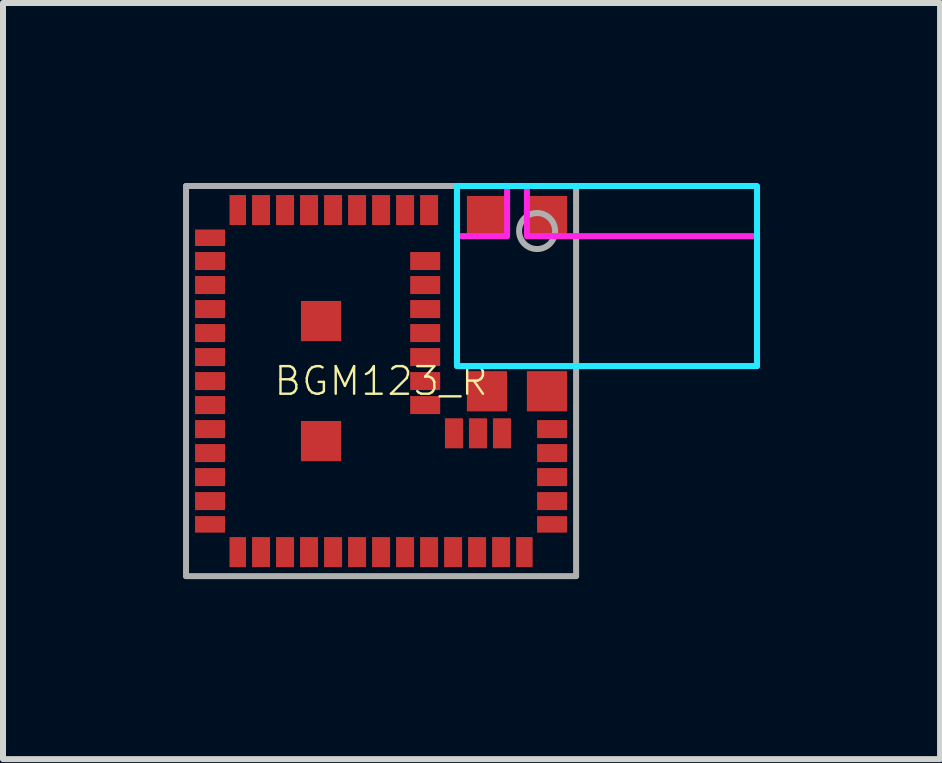
<source format=kicad_pcb>
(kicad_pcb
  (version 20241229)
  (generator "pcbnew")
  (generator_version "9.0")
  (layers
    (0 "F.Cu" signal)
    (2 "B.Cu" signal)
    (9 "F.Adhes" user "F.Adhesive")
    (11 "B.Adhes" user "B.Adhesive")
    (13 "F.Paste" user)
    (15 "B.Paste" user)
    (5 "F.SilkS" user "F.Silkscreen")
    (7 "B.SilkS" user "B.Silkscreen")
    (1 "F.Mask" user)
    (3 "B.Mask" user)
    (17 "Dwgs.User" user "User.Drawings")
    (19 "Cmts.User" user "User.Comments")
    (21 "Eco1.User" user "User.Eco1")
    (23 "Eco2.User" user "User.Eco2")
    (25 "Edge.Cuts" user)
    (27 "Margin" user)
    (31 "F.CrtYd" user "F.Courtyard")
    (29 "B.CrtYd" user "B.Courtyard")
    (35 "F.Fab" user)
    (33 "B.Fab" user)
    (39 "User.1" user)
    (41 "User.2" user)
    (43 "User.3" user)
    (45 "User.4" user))
  (footprint "BGM123_R"
    (layer "F.Cu")
    (at 3.3 3.3)
    (property "Reference" "BGM123_R" (at 0 0 0) (unlocked yes) (layer "F.SilkS") (effects (font (size 0.46 0.46) (thickness 0.04))))
    (fp_poly (pts (xy -3.125 -2.225) (xy -2.575 -2.225) (xy -2.575 -2.55) (xy -3.125 -2.55)) (stroke (width 0) (type default)) (fill yes) (layer "F.Mask"))
    (fp_poly (pts (xy -3.125 -1.825) (xy -2.575 -1.825) (xy -2.575 -2.175) (xy -3.125 -2.175)) (stroke (width 0) (type default)) (fill yes) (layer "F.Mask"))
    (fp_poly (pts (xy -3.125 -1.425) (xy -2.575 -1.425) (xy -2.575 -1.775) (xy -3.125 -1.775)) (stroke (width 0) (type default)) (fill yes) (layer "F.Mask"))
    (fp_poly (pts (xy -3.125 -1.025) (xy -2.575 -1.025) (xy -2.575 -1.375) (xy -3.125 -1.375)) (stroke (width 0) (type default)) (fill yes) (layer "F.Mask"))
    (fp_poly (pts (xy -3.125 -0.625) (xy -2.575 -0.625) (xy -2.575 -0.975) (xy -3.125 -0.975)) (stroke (width 0) (type default)) (fill yes) (layer "F.Mask"))
    (fp_poly (pts (xy -3.125 -0.225) (xy -2.575 -0.225) (xy -2.575 -0.575) (xy -3.125 -0.575)) (stroke (width 0) (type default)) (fill yes) (layer "F.Mask"))
    (fp_poly (pts (xy -3.125 0.175) (xy -2.575 0.175) (xy -2.575 -0.175) (xy -3.125 -0.175)) (stroke (width 0) (type default)) (fill yes) (layer "F.Mask"))
    (fp_poly (pts (xy -3.125 0.575) (xy -2.575 0.575) (xy -2.575 0.225) (xy -3.125 0.225)) (stroke (width 0) (type default)) (fill yes) (layer "F.Mask"))
    (fp_poly (pts (xy -3.125 0.975) (xy -2.575 0.975) (xy -2.575 0.625) (xy -3.125 0.625)) (stroke (width 0) (type default)) (fill yes) (layer "F.Mask"))
    (fp_poly (pts (xy -3.125 1.375) (xy -2.575 1.375) (xy -2.575 1.025) (xy -3.125 1.025)) (stroke (width 0) (type default)) (fill yes) (layer "F.Mask"))
    (fp_poly (pts (xy -3.125 1.775) (xy -2.575 1.775) (xy -2.575 1.425) (xy -3.125 1.425)) (stroke (width 0) (type default)) (fill yes) (layer "F.Mask"))
    (fp_poly (pts (xy -3.125 2.175) (xy -2.575 2.175) (xy -2.575 1.825) (xy -3.125 1.825)) (stroke (width 0) (type default)) (fill yes) (layer "F.Mask"))
    (fp_poly (pts (xy -3.125 2.55) (xy -2.575 2.55) (xy -2.575 2.225) (xy -3.125 2.225)) (stroke (width 0) (type default)) (fill yes) (layer "F.Mask"))
    (fp_poly (pts (xy -2.55 -2.575) (xy -2.225 -2.575) (xy -2.225 -3.125) (xy -2.55 -3.125)) (stroke (width 0) (type default)) (fill yes) (layer "F.Mask"))
    (fp_poly (pts (xy -2.55 3.125) (xy -2.225 3.125) (xy -2.225 2.575) (xy -2.55 2.575)) (stroke (width 0) (type default)) (fill yes) (layer "F.Mask"))
    (fp_poly (pts (xy -2.175 -2.575) (xy -1.825 -2.575) (xy -1.825 -3.125) (xy -2.175 -3.125)) (stroke (width 0) (type default)) (fill yes) (layer "F.Mask"))
    (fp_poly (pts (xy -2.175 3.125) (xy -1.825 3.125) (xy -1.825 2.575) (xy -2.175 2.575)) (stroke (width 0) (type default)) (fill yes) (layer "F.Mask"))
    (fp_poly (pts (xy -1.775 -2.575) (xy -1.425 -2.575) (xy -1.425 -3.125) (xy -1.775 -3.125)) (stroke (width 0) (type default)) (fill yes) (layer "F.Mask"))
    (fp_poly (pts (xy -1.775 3.125) (xy -1.425 3.125) (xy -1.425 2.575) (xy -1.775 2.575)) (stroke (width 0) (type default)) (fill yes) (layer "F.Mask"))
    (fp_poly (pts (xy -1.375 -2.575) (xy -1.025 -2.575) (xy -1.025 -3.125) (xy -1.375 -3.125)) (stroke (width 0) (type default)) (fill yes) (layer "F.Mask"))
    (fp_poly (pts (xy -1.375 3.125) (xy -1.025 3.125) (xy -1.025 2.575) (xy -1.375 2.575)) (stroke (width 0) (type default)) (fill yes) (layer "F.Mask"))
    (fp_poly (pts (xy -1.36 -0.64) (xy -0.64 -0.64) (xy -0.64 -1.36) (xy -1.36 -1.36)) (stroke (width 0) (type default)) (fill yes) (layer "F.Mask"))
    (fp_poly (pts (xy -1.36 1.36) (xy -0.64 1.36) (xy -0.64 0.64) (xy -1.36 0.64)) (stroke (width 0) (type default)) (fill yes) (layer "F.Mask"))
    (fp_poly (pts (xy -0.975 -2.575) (xy -0.625 -2.575) (xy -0.625 -3.125) (xy -0.975 -3.125)) (stroke (width 0) (type default)) (fill yes) (layer "F.Mask"))
    (fp_poly (pts (xy -0.975 3.125) (xy -0.625 3.125) (xy -0.625 2.575) (xy -0.975 2.575)) (stroke (width 0) (type default)) (fill yes) (layer "F.Mask"))
    (fp_poly (pts (xy -0.575 -2.575) (xy -0.225 -2.575) (xy -0.225 -3.125) (xy -0.575 -3.125)) (stroke (width 0) (type default)) (fill yes) (layer "F.Mask"))
    (fp_poly (pts (xy -0.575 3.125) (xy -0.225 3.125) (xy -0.225 2.575) (xy -0.575 2.575)) (stroke (width 0) (type default)) (fill yes) (layer "F.Mask"))
    (fp_poly (pts (xy -0.175 -2.575) (xy 0.175 -2.575) (xy 0.175 -3.125) (xy -0.175 -3.125)) (stroke (width 0) (type default)) (fill yes) (layer "F.Mask"))
    (fp_poly (pts (xy -0.175 3.125) (xy 0.175 3.125) (xy 0.175 2.575) (xy -0.175 2.575)) (stroke (width 0) (type default)) (fill yes) (layer "F.Mask"))
    (fp_poly (pts (xy 0.225 -2.575) (xy 0.575 -2.575) (xy 0.575 -3.125) (xy 0.225 -3.125)) (stroke (width 0) (type default)) (fill yes) (layer "F.Mask"))
    (fp_poly (pts (xy 0.225 3.125) (xy 0.575 3.125) (xy 0.575 2.575) (xy 0.225 2.575)) (stroke (width 0) (type default)) (fill yes) (layer "F.Mask"))
    (fp_poly (pts (xy 0.46 -1.825) (xy 1.01 -1.825) (xy 1.01 -2.175) (xy 0.46 -2.175)) (stroke (width 0) (type default)) (fill yes) (layer "F.Mask"))
    (fp_poly (pts (xy 0.46 -1.425) (xy 1.01 -1.425) (xy 1.01 -1.775) (xy 0.46 -1.775)) (stroke (width 0) (type default)) (fill yes) (layer "F.Mask"))
    (fp_poly (pts (xy 0.46 -1.025) (xy 1.01 -1.025) (xy 1.01 -1.375) (xy 0.46 -1.375)) (stroke (width 0) (type default)) (fill yes) (layer "F.Mask"))
    (fp_poly (pts (xy 0.46 -0.625) (xy 1.01 -0.625) (xy 1.01 -0.975) (xy 0.46 -0.975)) (stroke (width 0) (type default)) (fill yes) (layer "F.Mask"))
    (fp_poly (pts (xy 0.46 -0.225) (xy 1.01 -0.225) (xy 1.01 -0.575) (xy 0.46 -0.575)) (stroke (width 0) (type default)) (fill yes) (layer "F.Mask"))
    (fp_poly (pts (xy 0.46 0.175) (xy 1.01 0.175) (xy 1.01 -0.175) (xy 0.46 -0.175)) (stroke (width 0) (type default)) (fill yes) (layer "F.Mask"))
    (fp_poly (pts (xy 0.46 0.575) (xy 1.01 0.575) (xy 1.01 0.225) (xy 0.46 0.225)) (stroke (width 0) (type default)) (fill yes) (layer "F.Mask"))
    (fp_poly (pts (xy 0.625 -2.575) (xy 0.975 -2.575) (xy 0.975 -3.125) (xy 0.625 -3.125)) (stroke (width 0) (type default)) (fill yes) (layer "F.Mask"))
    (fp_poly (pts (xy 0.625 3.125) (xy 0.975 3.125) (xy 0.975 2.575) (xy 0.625 2.575)) (stroke (width 0) (type default)) (fill yes) (layer "F.Mask"))
    (fp_poly (pts (xy 1.025 3.125) (xy 1.375 3.125) (xy 1.375 2.575) (xy 1.025 2.575)) (stroke (width 0) (type default)) (fill yes) (layer "F.Mask"))
    (fp_poly (pts (xy 1.04 1.145) (xy 1.39 1.145) (xy 1.39 0.595) (xy 1.04 0.595)) (stroke (width 0) (type default)) (fill yes) (layer "F.Mask"))
    (fp_poly (pts (xy 1.405 -2.39) (xy 2.125 -2.39) (xy 2.125 -3.11) (xy 1.405 -3.11)) (stroke (width 0) (type default)) (fill yes) (layer "F.Mask"))
    (fp_poly (pts (xy 1.405 0.53) (xy 2.125 0.53) (xy 2.125 -0.19) (xy 1.405 -0.19)) (stroke (width 0) (type default)) (fill yes) (layer "F.Mask"))
    (fp_poly (pts (xy 1.425 3.125) (xy 1.775 3.125) (xy 1.775 2.575) (xy 1.425 2.575)) (stroke (width 0) (type default)) (fill yes) (layer "F.Mask"))
    (fp_poly (pts (xy 1.44 1.145) (xy 1.79 1.145) (xy 1.79 0.595) (xy 1.44 0.595)) (stroke (width 0) (type default)) (fill yes) (layer "F.Mask"))
    (fp_poly (pts (xy 1.825 3.125) (xy 2.175 3.125) (xy 2.175 2.575) (xy 1.825 2.575)) (stroke (width 0) (type default)) (fill yes) (layer "F.Mask"))
    (fp_poly (pts (xy 1.84 1.145) (xy 2.19 1.145) (xy 2.19 0.595) (xy 1.84 0.595)) (stroke (width 0) (type default)) (fill yes) (layer "F.Mask"))
    (fp_poly (pts (xy 2.225 3.125) (xy 2.55 3.125) (xy 2.55 2.575) (xy 2.225 2.575)) (stroke (width 0) (type default)) (fill yes) (layer "F.Mask"))
    (fp_poly (pts (xy 2.405 -2.39) (xy 3.125 -2.39) (xy 3.125 -3.11) (xy 2.405 -3.11)) (stroke (width 0) (type default)) (fill yes) (layer "F.Mask"))
    (fp_poly (pts (xy 2.405 0.53) (xy 3.125 0.53) (xy 3.125 -0.19) (xy 2.405 -0.19)) (stroke (width 0) (type default)) (fill yes) (layer "F.Mask"))
    (fp_poly (pts (xy 2.575 0.975) (xy 3.125 0.975) (xy 3.125 0.625) (xy 2.575 0.625)) (stroke (width 0) (type default)) (fill yes) (layer "F.Mask"))
    (fp_poly (pts (xy 2.575 1.375) (xy 3.125 1.375) (xy 3.125 1.025) (xy 2.575 1.025)) (stroke (width 0) (type default)) (fill yes) (layer "F.Mask"))
    (fp_poly (pts (xy 2.575 1.775) (xy 3.125 1.775) (xy 3.125 1.425) (xy 2.575 1.425)) (stroke (width 0) (type default)) (fill yes) (layer "F.Mask"))
    (fp_poly (pts (xy 2.575 2.175) (xy 3.125 2.175) (xy 3.125 1.825) (xy 2.575 1.825)) (stroke (width 0) (type default)) (fill yes) (layer "F.Mask"))
    (fp_poly (pts (xy 2.575 2.55) (xy 3.125 2.55) (xy 3.125 2.225) (xy 2.575 2.225)) (stroke (width 0) (type default)) (fill yes) (layer "F.Mask"))
    (fp_poly (pts (xy -3.075 -2.275) (xy -2.625 -2.275) (xy -2.625 -2.5) (xy -3.075 -2.5)) (stroke (width 0) (type default)) (fill yes) (layer "F.Paste"))
    (fp_poly (pts (xy -3.075 -1.875) (xy -2.625 -1.875) (xy -2.625 -2.125) (xy -3.075 -2.125)) (stroke (width 0) (type default)) (fill yes) (layer "F.Paste"))
    (fp_poly (pts (xy -3.075 -1.475) (xy -2.625 -1.475) (xy -2.625 -1.725) (xy -3.075 -1.725)) (stroke (width 0) (type default)) (fill yes) (layer "F.Paste"))
    (fp_poly (pts (xy -3.075 -1.075) (xy -2.625 -1.075) (xy -2.625 -1.325) (xy -3.075 -1.325)) (stroke (width 0) (type default)) (fill yes) (layer "F.Paste"))
    (fp_poly (pts (xy -3.075 -0.675) (xy -2.625 -0.675) (xy -2.625 -0.925) (xy -3.075 -0.925)) (stroke (width 0) (type default)) (fill yes) (layer "F.Paste"))
    (fp_poly (pts (xy -3.075 -0.275) (xy -2.625 -0.275) (xy -2.625 -0.525) (xy -3.075 -0.525)) (stroke (width 0) (type default)) (fill yes) (layer "F.Paste"))
    (fp_poly (pts (xy -3.075 0.125) (xy -2.625 0.125) (xy -2.625 -0.125) (xy -3.075 -0.125)) (stroke (width 0) (type default)) (fill yes) (layer "F.Paste"))
    (fp_poly (pts (xy -3.075 0.525) (xy -2.625 0.525) (xy -2.625 0.275) (xy -3.075 0.275)) (stroke (width 0) (type default)) (fill yes) (layer "F.Paste"))
    (fp_poly (pts (xy -3.075 0.925) (xy -2.625 0.925) (xy -2.625 0.675) (xy -3.075 0.675)) (stroke (width 0) (type default)) (fill yes) (layer "F.Paste"))
    (fp_poly (pts (xy -3.075 1.325) (xy -2.625 1.325) (xy -2.625 1.075) (xy -3.075 1.075)) (stroke (width 0) (type default)) (fill yes) (layer "F.Paste"))
    (fp_poly (pts (xy -3.075 1.725) (xy -2.625 1.725) (xy -2.625 1.475) (xy -3.075 1.475)) (stroke (width 0) (type default)) (fill yes) (layer "F.Paste"))
    (fp_poly (pts (xy -3.075 2.125) (xy -2.625 2.125) (xy -2.625 1.875) (xy -3.075 1.875)) (stroke (width 0) (type default)) (fill yes) (layer "F.Paste"))
    (fp_poly (pts (xy -3.075 2.5) (xy -2.625 2.5) (xy -2.625 2.275) (xy -3.075 2.275)) (stroke (width 0) (type default)) (fill yes) (layer "F.Paste"))
    (fp_poly (pts (xy -2.5 -2.625) (xy -2.275 -2.625) (xy -2.275 -3.075) (xy -2.5 -3.075)) (stroke (width 0) (type default)) (fill yes) (layer "F.Paste"))
    (fp_poly (pts (xy -2.5 3.075) (xy -2.275 3.075) (xy -2.275 2.625) (xy -2.5 2.625)) (stroke (width 0) (type default)) (fill yes) (layer "F.Paste"))
    (fp_poly (pts (xy -2.125 -2.625) (xy -1.875 -2.625) (xy -1.875 -3.075) (xy -2.125 -3.075)) (stroke (width 0) (type default)) (fill yes) (layer "F.Paste"))
    (fp_poly (pts (xy -2.125 3.075) (xy -1.875 3.075) (xy -1.875 2.625) (xy -2.125 2.625)) (stroke (width 0) (type default)) (fill yes) (layer "F.Paste"))
    (fp_poly (pts (xy -1.725 -2.625) (xy -1.475 -2.625) (xy -1.475 -3.075) (xy -1.725 -3.075)) (stroke (width 0) (type default)) (fill yes) (layer "F.Paste"))
    (fp_poly (pts (xy -1.725 3.075) (xy -1.475 3.075) (xy -1.475 2.625) (xy -1.725 2.625)) (stroke (width 0) (type default)) (fill yes) (layer "F.Paste"))
    (fp_poly (pts (xy -1.325 -2.625) (xy -1.075 -2.625) (xy -1.075 -3.075) (xy -1.325 -3.075)) (stroke (width 0) (type default)) (fill yes) (layer "F.Paste"))
    (fp_poly (pts (xy -1.325 3.075) (xy -1.075 3.075) (xy -1.075 2.625) (xy -1.325 2.625)) (stroke (width 0) (type default)) (fill yes) (layer "F.Paste"))
    (fp_poly (pts (xy -1.31 -0.69) (xy -0.69 -0.69) (xy -0.69 -1.31) (xy -1.31 -1.31)) (stroke (width 0) (type default)) (fill yes) (layer "F.Paste"))
    (fp_poly (pts (xy -1.31 1.31) (xy -0.69 1.31) (xy -0.69 0.69) (xy -1.31 0.69)) (stroke (width 0) (type default)) (fill yes) (layer "F.Paste"))
    (fp_poly (pts (xy -0.925 -2.625) (xy -0.675 -2.625) (xy -0.675 -3.075) (xy -0.925 -3.075)) (stroke (width 0) (type default)) (fill yes) (layer "F.Paste"))
    (fp_poly (pts (xy -0.925 3.075) (xy -0.675 3.075) (xy -0.675 2.625) (xy -0.925 2.625)) (stroke (width 0) (type default)) (fill yes) (layer "F.Paste"))
    (fp_poly (pts (xy -0.525 -2.625) (xy -0.275 -2.625) (xy -0.275 -3.075) (xy -0.525 -3.075)) (stroke (width 0) (type default)) (fill yes) (layer "F.Paste"))
    (fp_poly (pts (xy -0.525 3.075) (xy -0.275 3.075) (xy -0.275 2.625) (xy -0.525 2.625)) (stroke (width 0) (type default)) (fill yes) (layer "F.Paste"))
    (fp_poly (pts (xy -0.125 -2.625) (xy 0.125 -2.625) (xy 0.125 -3.075) (xy -0.125 -3.075)) (stroke (width 0) (type default)) (fill yes) (layer "F.Paste"))
    (fp_poly (pts (xy -0.125 3.075) (xy 0.125 3.075) (xy 0.125 2.625) (xy -0.125 2.625)) (stroke (width 0) (type default)) (fill yes) (layer "F.Paste"))
    (fp_poly (pts (xy 0.275 -2.625) (xy 0.525 -2.625) (xy 0.525 -3.075) (xy 0.275 -3.075)) (stroke (width 0) (type default)) (fill yes) (layer "F.Paste"))
    (fp_poly (pts (xy 0.275 3.075) (xy 0.525 3.075) (xy 0.525 2.625) (xy 0.275 2.625)) (stroke (width 0) (type default)) (fill yes) (layer "F.Paste"))
    (fp_poly (pts (xy 0.51 -1.875) (xy 0.96 -1.875) (xy 0.96 -2.125) (xy 0.51 -2.125)) (stroke (width 0) (type default)) (fill yes) (layer "F.Paste"))
    (fp_poly (pts (xy 0.51 -1.475) (xy 0.96 -1.475) (xy 0.96 -1.725) (xy 0.51 -1.725)) (stroke (width 0) (type default)) (fill yes) (layer "F.Paste"))
    (fp_poly (pts (xy 0.51 -1.075) (xy 0.96 -1.075) (xy 0.96 -1.325) (xy 0.51 -1.325)) (stroke (width 0) (type default)) (fill yes) (layer "F.Paste"))
    (fp_poly (pts (xy 0.51 -0.675) (xy 0.96 -0.675) (xy 0.96 -0.925) (xy 0.51 -0.925)) (stroke (width 0) (type default)) (fill yes) (layer "F.Paste"))
    (fp_poly (pts (xy 0.51 -0.275) (xy 0.96 -0.275) (xy 0.96 -0.525) (xy 0.51 -0.525)) (stroke (width 0) (type default)) (fill yes) (layer "F.Paste"))
    (fp_poly (pts (xy 0.51 0.125) (xy 0.96 0.125) (xy 0.96 -0.125) (xy 0.51 -0.125)) (stroke (width 0) (type default)) (fill yes) (layer "F.Paste"))
    (fp_poly (pts (xy 0.51 0.525) (xy 0.96 0.525) (xy 0.96 0.275) (xy 0.51 0.275)) (stroke (width 0) (type default)) (fill yes) (layer "F.Paste"))
    (fp_poly (pts (xy 0.675 -2.625) (xy 0.925 -2.625) (xy 0.925 -3.075) (xy 0.675 -3.075)) (stroke (width 0) (type default)) (fill yes) (layer "F.Paste"))
    (fp_poly (pts (xy 0.675 3.075) (xy 0.925 3.075) (xy 0.925 2.625) (xy 0.675 2.625)) (stroke (width 0) (type default)) (fill yes) (layer "F.Paste"))
    (fp_poly (pts (xy 1.075 3.075) (xy 1.325 3.075) (xy 1.325 2.625) (xy 1.075 2.625)) (stroke (width 0) (type default)) (fill yes) (layer "F.Paste"))
    (fp_poly (pts (xy 1.09 1.095) (xy 1.34 1.095) (xy 1.34 0.645) (xy 1.09 0.645)) (stroke (width 0) (type default)) (fill yes) (layer "F.Paste"))
    (fp_poly (pts (xy 1.455 -2.44) (xy 2.075 -2.44) (xy 2.075 -3.06) (xy 1.455 -3.06)) (stroke (width 0) (type default)) (fill yes) (layer "F.Paste"))
    (fp_poly (pts (xy 1.455 0.48) (xy 2.075 0.48) (xy 2.075 -0.14) (xy 1.455 -0.14)) (stroke (width 0) (type default)) (fill yes) (layer "F.Paste"))
    (fp_poly (pts (xy 1.475 3.075) (xy 1.725 3.075) (xy 1.725 2.625) (xy 1.475 2.625)) (stroke (width 0) (type default)) (fill yes) (layer "F.Paste"))
    (fp_poly (pts (xy 1.49 1.095) (xy 1.74 1.095) (xy 1.74 0.645) (xy 1.49 0.645)) (stroke (width 0) (type default)) (fill yes) (layer "F.Paste"))
    (fp_poly (pts (xy 1.875 3.075) (xy 2.125 3.075) (xy 2.125 2.625) (xy 1.875 2.625)) (stroke (width 0) (type default)) (fill yes) (layer "F.Paste"))
    (fp_poly (pts (xy 1.89 1.095) (xy 2.14 1.095) (xy 2.14 0.645) (xy 1.89 0.645)) (stroke (width 0) (type default)) (fill yes) (layer "F.Paste"))
    (fp_poly (pts (xy 2.275 3.075) (xy 2.5 3.075) (xy 2.5 2.625) (xy 2.275 2.625)) (stroke (width 0) (type default)) (fill yes) (layer "F.Paste"))
    (fp_poly (pts (xy 2.455 -2.44) (xy 3.075 -2.44) (xy 3.075 -3.06) (xy 2.455 -3.06)) (stroke (width 0) (type default)) (fill yes) (layer "F.Paste"))
    (fp_poly (pts (xy 2.455 0.48) (xy 3.075 0.48) (xy 3.075 -0.14) (xy 2.455 -0.14)) (stroke (width 0) (type default)) (fill yes) (layer "F.Paste"))
    (fp_poly (pts (xy 2.625 0.925) (xy 3.075 0.925) (xy 3.075 0.675) (xy 2.625 0.675)) (stroke (width 0) (type default)) (fill yes) (layer "F.Paste"))
    (fp_poly (pts (xy 2.625 1.325) (xy 3.075 1.325) (xy 3.075 1.075) (xy 2.625 1.075)) (stroke (width 0) (type default)) (fill yes) (layer "F.Paste"))
    (fp_poly (pts (xy 2.625 1.725) (xy 3.075 1.725) (xy 3.075 1.475) (xy 2.625 1.475)) (stroke (width 0) (type default)) (fill yes) (layer "F.Paste"))
    (fp_poly (pts (xy 2.625 2.125) (xy 3.075 2.125) (xy 3.075 1.875) (xy 2.625 1.875)) (stroke (width 0) (type default)) (fill yes) (layer "F.Paste"))
    (fp_poly (pts (xy 2.625 2.5) (xy 3.075 2.5) (xy 3.075 2.275) (xy 2.625 2.275)) (stroke (width 0) (type default)) (fill yes) (layer "F.Paste"))
    (fp_poly (pts (xy 6.265 -0.25) (xy 1.265 -0.25) (xy 1.265 -3.25) (xy 6.265 -3.25)) (stroke (width 0.1) (type default)) (fill no) (layer "B.CrtYd"))
    (fp_poly (pts (xy 2.43 -2.415) (xy 6.265 -2.415) (xy 6.265 -0.25) (xy 1.265 -0.25) (xy 1.265 -2.415) (xy 2.1 -2.415) (xy 2.1 -3.25) (xy 2.43 -3.25)) (stroke (width 0.1) (type default)) (fill no) (layer "F.CrtYd"))
    (fp_line (start -3.25 -3.25) (end 3.25 -3.25) (stroke (width 0.1) (type solid)) (layer "F.Fab"))
    (fp_line (start -3.25 3.25) (end -3.25 -3.25) (stroke (width 0.1) (type solid)) (layer "F.Fab"))
    (fp_line (start 3.25 -3.25) (end 3.25 3.25) (stroke (width 0.1) (type solid)) (layer "F.Fab"))
    (fp_line (start 3.25 3.25) (end -3.25 3.25) (stroke (width 0.1) (type solid)) (layer "F.Fab"))
    (fp_circle (center 2.6 -2.5) (end 2.9 -2.5) (stroke (width 0.1) (type solid)) (fill no) (layer "F.Fab"))
    (pad "1" smd rect (at 0.8 -2.85 90) (size 0.5 0.3) (layers "F.Cu"))
    (pad "2" smd rect (at 0.4 -2.85 90) (size 0.5 0.3) (layers "F.Cu"))
    (pad "3" smd rect (at 0 -2.85 90) (size 0.5 0.3) (layers "F.Cu"))
    (pad "4" smd rect (at -0.4 -2.85 90) (size 0.5 0.3) (layers "F.Cu"))
    (pad "5" smd rect (at -0.8 -2.85 90) (size 0.5 0.3) (layers "F.Cu"))
    (pad "6" smd rect (at -1.2 -2.85 90) (size 0.5 0.3) (layers "F.Cu"))
    (pad "7" smd rect (at -1.6 -2.85 90) (size 0.5 0.3) (layers "F.Cu"))
    (pad "8" smd rect (at -2 -2.85 90) (size 0.5 0.3) (layers "F.Cu"))
    (pad "9" smd rect (at -2.388 -2.85 90) (size 0.5 0.275) (layers "F.Cu"))
    (pad "10" smd rect (at -2.85 -2.388) (size 0.5 0.275) (layers "F.Cu"))
    (pad "11" smd rect (at -2.85 -2) (size 0.5 0.3) (layers "F.Cu"))
    (pad "12" smd rect (at -2.85 -1.6) (size 0.5 0.3) (layers "F.Cu"))
    (pad "13" smd rect (at -2.85 -1.2) (size 0.5 0.3) (layers "F.Cu"))
    (pad "14" smd rect (at -2.85 -0.8) (size 0.5 0.3) (layers "F.Cu"))
    (pad "15" smd rect (at -2.85 -0.4) (size 0.5 0.3) (layers "F.Cu"))
    (pad "16" smd rect (at -2.85 0) (size 0.5 0.3) (layers "F.Cu"))
    (pad "17" smd rect (at -2.85 0.4) (size 0.5 0.3) (layers "F.Cu"))
    (pad "18" smd rect (at -2.85 0.8) (size 0.5 0.3) (layers "F.Cu"))
    (pad "19" smd rect (at -2.85 1.2) (size 0.5 0.3) (layers "F.Cu"))
    (pad "20" smd rect (at -2.85 1.6) (size 0.5 0.3) (layers "F.Cu"))
    (pad "21" smd rect (at -2.85 2) (size 0.5 0.3) (layers "F.Cu"))
    (pad "22" smd rect (at -2.85 2.388) (size 0.5 0.275) (layers "F.Cu"))
    (pad "23" smd rect (at -2.388 2.85 90) (size 0.5 0.275) (layers "F.Cu"))
    (pad "24" smd rect (at -2 2.85 90) (size 0.5 0.3) (layers "F.Cu"))
    (pad "25" smd rect (at -1.6 2.85 90) (size 0.5 0.3) (layers "F.Cu"))
    (pad "26" smd rect (at -1.2 2.85 90) (size 0.5 0.3) (layers "F.Cu"))
    (pad "27" smd rect (at -0.8 2.85 90) (size 0.5 0.3) (layers "F.Cu"))
    (pad "28" smd rect (at -0.4 2.85 90) (size 0.5 0.3) (layers "F.Cu"))
    (pad "29" smd rect (at 0 2.85 90) (size 0.5 0.3) (layers "F.Cu"))
    (pad "30" smd rect (at 0.4 2.85 90) (size 0.5 0.3) (layers "F.Cu"))
    (pad "31" smd rect (at 0.8 2.85 90) (size 0.5 0.3) (layers "F.Cu"))
    (pad "32" smd rect (at 1.2 2.85 90) (size 0.5 0.3) (layers "F.Cu"))
    (pad "33" smd rect (at 1.6 2.85 90) (size 0.5 0.3) (layers "F.Cu"))
    (pad "34" smd rect (at 2 2.85 90) (size 0.5 0.3) (layers "F.Cu"))
    (pad "35" smd rect (at 2.388 2.85 90) (size 0.5 0.275) (layers "F.Cu"))
    (pad "36" smd rect (at 2.85 2.388 180) (size 0.5 0.275) (layers "F.Cu"))
    (pad "37" smd rect (at 2.85 2 180) (size 0.5 0.3) (layers "F.Cu"))
    (pad "38" smd rect (at 2.85 1.6 180) (size 0.5 0.3) (layers "F.Cu"))
    (pad "39" smd rect (at 2.85 1.2 180) (size 0.5 0.3) (layers "F.Cu"))
    (pad "40" smd rect (at 2.85 0.8 180) (size 0.5 0.3) (layers "F.Cu"))
    (pad "41" smd rect (at 2.015 0.87 90) (size 0.5 0.3) (layers "F.Cu"))
    (pad "42" smd rect (at 1.615 0.87 90) (size 0.5 0.3) (layers "F.Cu"))
    (pad "43" smd rect (at 1.215 0.87 90) (size 0.5 0.3) (layers "F.Cu"))
    (pad "44" smd rect (at 0.735 0.4) (size 0.5 0.3) (layers "F.Cu"))
    (pad "45" smd rect (at 0.735 0) (size 0.5 0.3) (layers "F.Cu"))
    (pad "46" smd rect (at 0.735 -0.4) (size 0.5 0.3) (layers "F.Cu"))
    (pad "47" smd rect (at 0.735 -0.8) (size 0.5 0.3) (layers "F.Cu"))
    (pad "48" smd rect (at 0.735 -1.2) (size 0.5 0.3) (layers "F.Cu"))
    (pad "49" smd rect (at 0.735 -1.6) (size 0.5 0.3) (layers "F.Cu"))
    (pad "50" smd rect (at 0.735 -2) (size 0.5 0.3) (layers "F.Cu"))
    (pad "51" smd rect (at -1 -1) (size 0.67 0.67) (layers "F.Cu"))
    (pad "52" smd rect (at -1 1) (size 0.67 0.67) (layers "F.Cu"))
    (pad "53" smd rect (at 2.765 -2.75) (size 0.67 0.67) (layers "F.Cu"))
    (pad "54" smd rect (at 1.765 -2.75) (size 0.67 0.67) (layers "F.Cu"))
    (pad "55" smd rect (at 1.765 0.17) (size 0.67 0.67) (layers "F.Cu"))
    (pad "56" smd rect (at 2.765 0.17) (size 0.67 0.67) (layers "F.Cu"))
    (zone (net_name "") (layer "F.Cu") (hatch edge 0.5) (connect_pads) (min_thickness 0.25) (filled_areas_thickness no) (keepout (tracks not_allowed) (vias not_allowed) (pads not_allowed) (copperpour not_allowed) (footprints allowed)) (placement (enabled no)) (fill) (polygon (pts (xy 4.615 3) (xy 9.515 3) (xy 9.515 0.935) (xy 5.68 0.935) (xy 5.68 0.1) (xy 5.45 0.1) (xy 5.45 0.935) (xy 4.615 0.935))))
    (zone (net_name "") (layer "B.Cu") (hatch edge 0.5) (connect_pads) (min_thickness 0.25) (filled_areas_thickness no) (keepout (tracks not_allowed) (vias not_allowed) (pads not_allowed) (copperpour not_allowed) (footprints allowed)) (placement (enabled no)) (fill) (polygon (pts (xy 4.615 3) (xy 9.515 3) (xy 9.515 0.1) (xy 4.615 0.1)))))
  (gr_rect
    (start -3 -3)
    (end 12.615 9.6)
    (stroke (width 0.1) (type default))
    (fill no)
    (layer "Edge.Cuts")))
</source>
